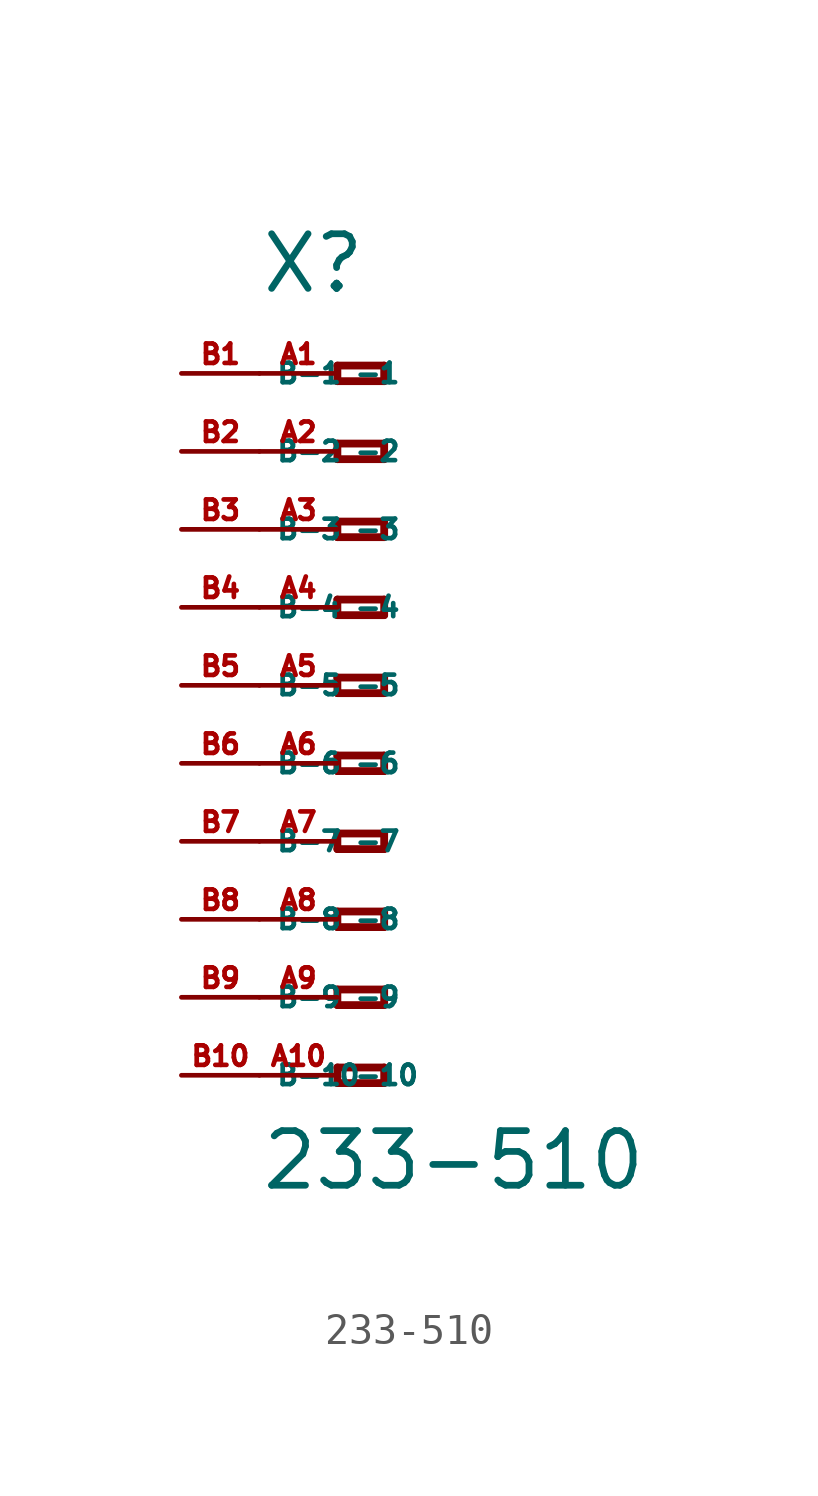
<source format=kicad_sym>
(kicad_symbol_lib
  (version 20220914)
  (generator Eagle2Kicad)
  (symbol "233-510"
    (property "Reference" "X"
      (at -5.08 12.7 0)
      (effects (font (size 1.778 1.778) (thickness 0.22)) (justify left bottom)))
    (property "Value" "233-510"
      (at -5.08 -16.51 0)
      (effects (font (size 1.778 1.778) (thickness 0.22)) (justify left bottom)))
    (polyline
      (pts (xy -2.54 10.414) (xy -2.54 9.906))
      (stroke (width 0.254) (type default))
      (fill (type none)))
    (polyline
      (pts (xy -2.54 9.906) (xy -1.016 9.906))
      (stroke (width 0.254) (type default))
      (fill (type none)))
    (polyline
      (pts (xy -1.016 9.906) (xy -1.016 10.414))
      (stroke (width 0.254) (type default))
      (fill (type none)))
    (polyline
      (pts (xy -1.016 10.414) (xy -2.54 10.414))
      (stroke (width 0.254) (type default))
      (fill (type none)))
    (polyline
      (pts (xy -2.54 7.874) (xy -2.54 7.366))
      (stroke (width 0.254) (type default))
      (fill (type none)))
    (polyline
      (pts (xy -2.54 7.366) (xy -1.016 7.366))
      (stroke (width 0.254) (type default))
      (fill (type none)))
    (polyline
      (pts (xy -1.016 7.366) (xy -1.016 7.874))
      (stroke (width 0.254) (type default))
      (fill (type none)))
    (polyline
      (pts (xy -1.016 7.874) (xy -2.54 7.874))
      (stroke (width 0.254) (type default))
      (fill (type none)))
    (polyline
      (pts (xy -2.54 5.334) (xy -2.54 4.826))
      (stroke (width 0.254) (type default))
      (fill (type none)))
    (polyline
      (pts (xy -2.54 4.826) (xy -1.016 4.826))
      (stroke (width 0.254) (type default))
      (fill (type none)))
    (polyline
      (pts (xy -1.016 4.826) (xy -1.016 5.334))
      (stroke (width 0.254) (type default))
      (fill (type none)))
    (polyline
      (pts (xy -1.016 5.334) (xy -2.54 5.334))
      (stroke (width 0.254) (type default))
      (fill (type none)))
    (polyline
      (pts (xy -2.54 2.794) (xy -2.54 2.286))
      (stroke (width 0.254) (type default))
      (fill (type none)))
    (polyline
      (pts (xy -2.54 2.286) (xy -1.016 2.286))
      (stroke (width 0.254) (type default))
      (fill (type none)))
    (polyline
      (pts (xy -1.016 2.286) (xy -1.016 2.794))
      (stroke (width 0.254) (type default))
      (fill (type none)))
    (polyline
      (pts (xy -1.016 2.794) (xy -2.54 2.794))
      (stroke (width 0.254) (type default))
      (fill (type none)))
    (polyline
      (pts (xy -2.54 0.254) (xy -2.54 -0.254))
      (stroke (width 0.254) (type default))
      (fill (type none)))
    (polyline
      (pts (xy -2.54 -0.254) (xy -1.016 -0.254))
      (stroke (width 0.254) (type default))
      (fill (type none)))
    (polyline
      (pts (xy -1.016 -0.254) (xy -1.016 0.254))
      (stroke (width 0.254) (type default))
      (fill (type none)))
    (polyline
      (pts (xy -1.016 0.254) (xy -2.54 0.254))
      (stroke (width 0.254) (type default))
      (fill (type none)))
    (polyline
      (pts (xy -2.54 -2.286) (xy -2.54 -2.794))
      (stroke (width 0.254) (type default))
      (fill (type none)))
    (polyline
      (pts (xy -2.54 -2.794) (xy -1.016 -2.794))
      (stroke (width 0.254) (type default))
      (fill (type none)))
    (polyline
      (pts (xy -1.016 -2.794) (xy -1.016 -2.286))
      (stroke (width 0.254) (type default))
      (fill (type none)))
    (polyline
      (pts (xy -1.016 -2.286) (xy -2.54 -2.286))
      (stroke (width 0.254) (type default))
      (fill (type none)))
    (polyline
      (pts (xy -2.54 -4.826) (xy -2.54 -5.334))
      (stroke (width 0.254) (type default))
      (fill (type none)))
    (polyline
      (pts (xy -2.54 -5.334) (xy -1.016 -5.334))
      (stroke (width 0.254) (type default))
      (fill (type none)))
    (polyline
      (pts (xy -1.016 -5.334) (xy -1.016 -4.826))
      (stroke (width 0.254) (type default))
      (fill (type none)))
    (polyline
      (pts (xy -1.016 -4.826) (xy -2.54 -4.826))
      (stroke (width 0.254) (type default))
      (fill (type none)))
    (polyline
      (pts (xy -2.54 -7.366) (xy -2.54 -7.874))
      (stroke (width 0.254) (type default))
      (fill (type none)))
    (polyline
      (pts (xy -2.54 -7.874) (xy -1.016 -7.874))
      (stroke (width 0.254) (type default))
      (fill (type none)))
    (polyline
      (pts (xy -1.016 -7.874) (xy -1.016 -7.366))
      (stroke (width 0.254) (type default))
      (fill (type none)))
    (polyline
      (pts (xy -1.016 -7.366) (xy -2.54 -7.366))
      (stroke (width 0.254) (type default))
      (fill (type none)))
    (polyline
      (pts (xy -2.54 -9.906) (xy -2.54 -10.414))
      (stroke (width 0.254) (type default))
      (fill (type none)))
    (polyline
      (pts (xy -2.54 -10.414) (xy -1.016 -10.414))
      (stroke (width 0.254) (type default))
      (fill (type none)))
    (polyline
      (pts (xy -1.016 -10.414) (xy -1.016 -9.906))
      (stroke (width 0.254) (type default))
      (fill (type none)))
    (polyline
      (pts (xy -1.016 -9.906) (xy -2.54 -9.906))
      (stroke (width 0.254) (type default))
      (fill (type none)))
    (polyline
      (pts (xy -2.54 -12.446) (xy -2.54 -12.954))
      (stroke (width 0.254) (type default))
      (fill (type none)))
    (polyline
      (pts (xy -2.54 -12.954) (xy -1.016 -12.954))
      (stroke (width 0.254) (type default))
      (fill (type none)))
    (polyline
      (pts (xy -1.016 -12.954) (xy -1.016 -12.446))
      (stroke (width 0.254) (type default))
      (fill (type none)))
    (polyline
      (pts (xy -1.016 -12.446) (xy -2.54 -12.446))
      (stroke (width 0.254) (type default))
      (fill (type none)))
    (pin passive line
      (at -5.08 10.16 0)
      (length 2.54)
      (name "-1" (effects (font (size 0.635 0.635) (thickness 0.08)) (justify left bottom)))
      (number "A1" (effects (font (size 0.635 0.635) (thickness 0.08)) (justify left bottom))))
    (pin passive line
      (at -5.08 7.62 0)
      (length 2.54)
      (name "-2" (effects (font (size 0.635 0.635) (thickness 0.08)) (justify left bottom)))
      (number "A2" (effects (font (size 0.635 0.635) (thickness 0.08)) (justify left bottom))))
    (pin passive line
      (at -5.08 5.08 0)
      (length 2.54)
      (name "-3" (effects (font (size 0.635 0.635) (thickness 0.08)) (justify left bottom)))
      (number "A3" (effects (font (size 0.635 0.635) (thickness 0.08)) (justify left bottom))))
    (pin passive line
      (at -5.08 2.54 0)
      (length 2.54)
      (name "-4" (effects (font (size 0.635 0.635) (thickness 0.08)) (justify left bottom)))
      (number "A4" (effects (font (size 0.635 0.635) (thickness 0.08)) (justify left bottom))))
    (pin passive line
      (at -5.08 0 0)
      (length 2.54)
      (name "-5" (effects (font (size 0.635 0.635) (thickness 0.08)) (justify left bottom)))
      (number "A5" (effects (font (size 0.635 0.635) (thickness 0.08)) (justify left bottom))))
    (pin passive line
      (at -5.08 -2.54 0)
      (length 2.54)
      (name "-6" (effects (font (size 0.635 0.635) (thickness 0.08)) (justify left bottom)))
      (number "A6" (effects (font (size 0.635 0.635) (thickness 0.08)) (justify left bottom))))
    (pin passive line
      (at -5.08 -5.08 0)
      (length 2.54)
      (name "-7" (effects (font (size 0.635 0.635) (thickness 0.08)) (justify left bottom)))
      (number "A7" (effects (font (size 0.635 0.635) (thickness 0.08)) (justify left bottom))))
    (pin passive line
      (at -5.08 -7.62 0)
      (length 2.54)
      (name "-8" (effects (font (size 0.635 0.635) (thickness 0.08)) (justify left bottom)))
      (number "A8" (effects (font (size 0.635 0.635) (thickness 0.08)) (justify left bottom))))
    (pin passive line
      (at -5.08 -10.16 0)
      (length 2.54)
      (name "-9" (effects (font (size 0.635 0.635) (thickness 0.08)) (justify left bottom)))
      (number "A9" (effects (font (size 0.635 0.635) (thickness 0.08)) (justify left bottom))))
    (pin passive line
      (at -5.08 -12.7 0)
      (length 2.54)
      (name "-10" (effects (font (size 0.635 0.635) (thickness 0.08)) (justify left bottom)))
      (number "A10" (effects (font (size 0.635 0.635) (thickness 0.08)) (justify left bottom))))
    (pin passive line
      (at -7.62 -12.7 0)
      (length 2.54)
      (name "B-10" (effects (font (size 0.635 0.635) (thickness 0.08)) (justify left bottom)))
      (number "B10" (effects (font (size 0.635 0.635) (thickness 0.08)) (justify left bottom))))
    (pin passive line
      (at -7.62 10.16 0)
      (length 2.54)
      (name "B-1" (effects (font (size 0.635 0.635) (thickness 0.08)) (justify left bottom)))
      (number "B1" (effects (font (size 0.635 0.635) (thickness 0.08)) (justify left bottom))))
    (pin passive line
      (at -7.62 7.62 0)
      (length 2.54)
      (name "B-2" (effects (font (size 0.635 0.635) (thickness 0.08)) (justify left bottom)))
      (number "B2" (effects (font (size 0.635 0.635) (thickness 0.08)) (justify left bottom))))
    (pin passive line
      (at -7.62 5.08 0)
      (length 2.54)
      (name "B-3" (effects (font (size 0.635 0.635) (thickness 0.08)) (justify left bottom)))
      (number "B3" (effects (font (size 0.635 0.635) (thickness 0.08)) (justify left bottom))))
    (pin passive line
      (at -7.62 2.54 0)
      (length 2.54)
      (name "B-4" (effects (font (size 0.635 0.635) (thickness 0.08)) (justify left bottom)))
      (number "B4" (effects (font (size 0.635 0.635) (thickness 0.08)) (justify left bottom))))
    (pin passive line
      (at -7.62 0 0)
      (length 2.54)
      (name "B-5" (effects (font (size 0.635 0.635) (thickness 0.08)) (justify left bottom)))
      (number "B5" (effects (font (size 0.635 0.635) (thickness 0.08)) (justify left bottom))))
    (pin passive line
      (at -7.62 -2.54 0)
      (length 2.54)
      (name "B-6" (effects (font (size 0.635 0.635) (thickness 0.08)) (justify left bottom)))
      (number "B6" (effects (font (size 0.635 0.635) (thickness 0.08)) (justify left bottom))))
    (pin passive line
      (at -7.62 -5.08 0)
      (length 2.54)
      (name "B-7" (effects (font (size 0.635 0.635) (thickness 0.08)) (justify left bottom)))
      (number "B7" (effects (font (size 0.635 0.635) (thickness 0.08)) (justify left bottom))))
    (pin passive line
      (at -7.62 -7.62 0)
      (length 2.54)
      (name "B-8" (effects (font (size 0.635 0.635) (thickness 0.08)) (justify left bottom)))
      (number "B8" (effects (font (size 0.635 0.635) (thickness 0.08)) (justify left bottom))))
    (pin passive line
      (at -7.62 -10.16 0)
      (length 2.54)
      (name "B-9" (effects (font (size 0.635 0.635) (thickness 0.08)) (justify left bottom)))
      (number "B9" (effects (font (size 0.635 0.635) (thickness 0.08)) (justify left bottom))))))
</source>
